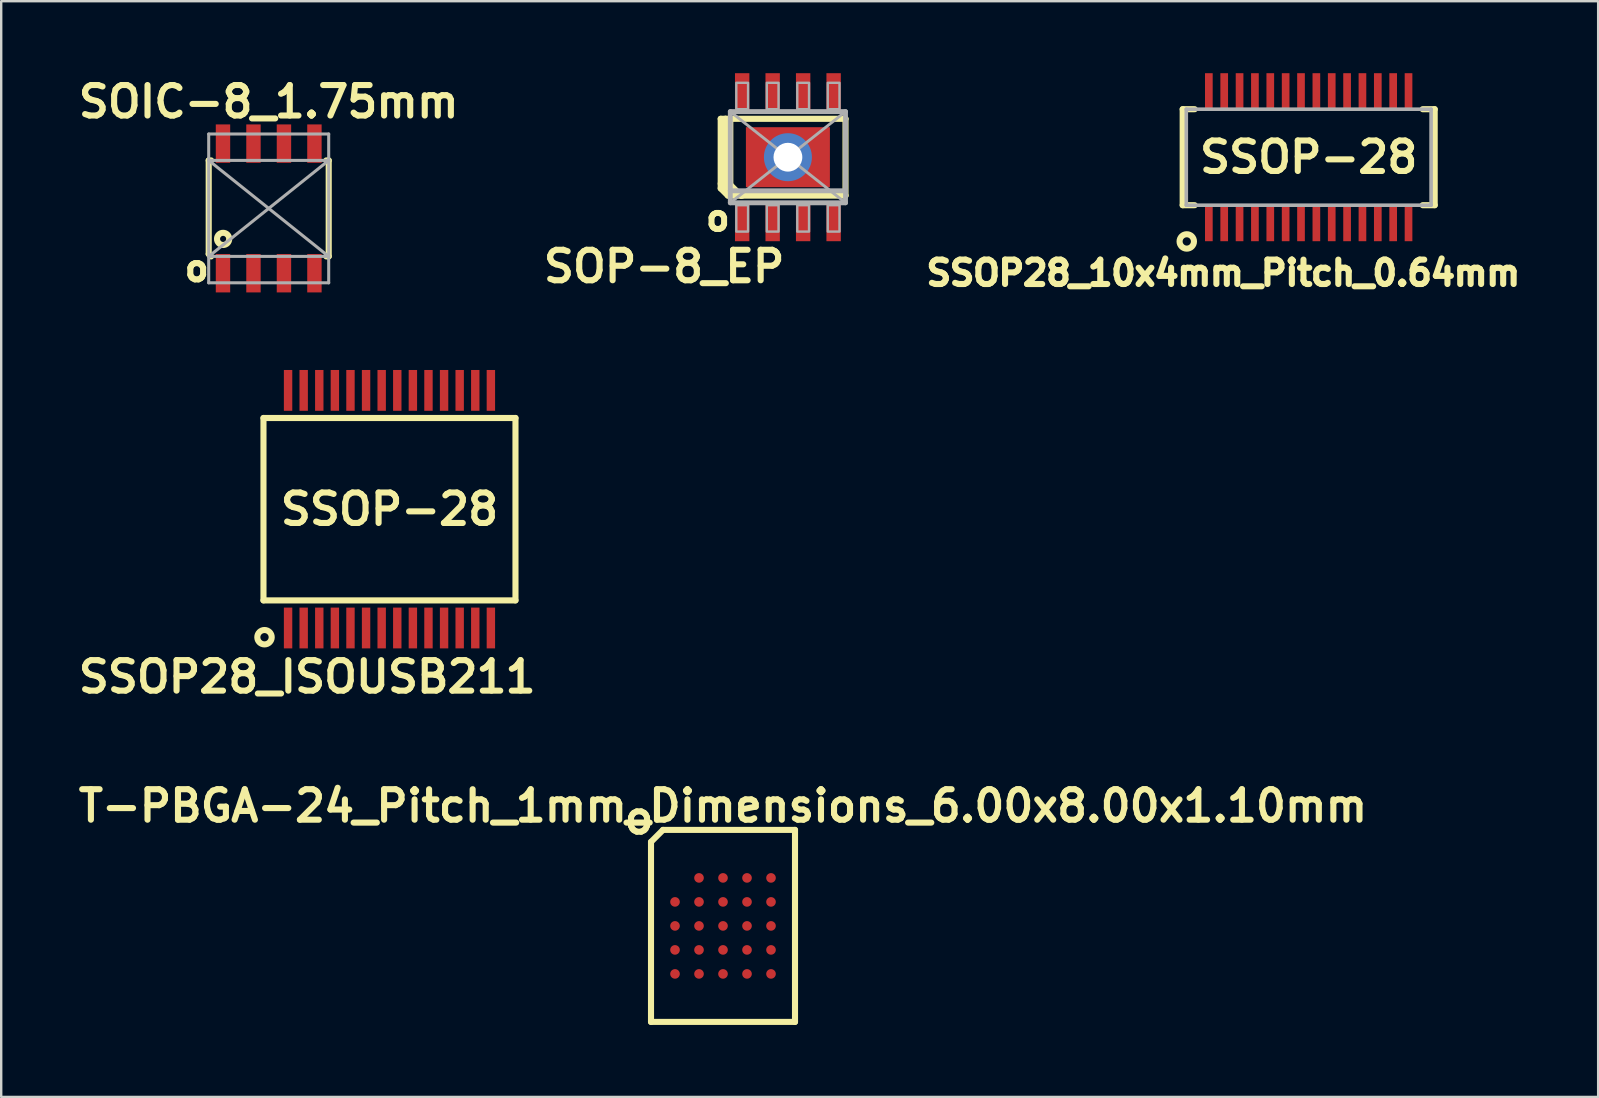
<source format=kicad_pcb>
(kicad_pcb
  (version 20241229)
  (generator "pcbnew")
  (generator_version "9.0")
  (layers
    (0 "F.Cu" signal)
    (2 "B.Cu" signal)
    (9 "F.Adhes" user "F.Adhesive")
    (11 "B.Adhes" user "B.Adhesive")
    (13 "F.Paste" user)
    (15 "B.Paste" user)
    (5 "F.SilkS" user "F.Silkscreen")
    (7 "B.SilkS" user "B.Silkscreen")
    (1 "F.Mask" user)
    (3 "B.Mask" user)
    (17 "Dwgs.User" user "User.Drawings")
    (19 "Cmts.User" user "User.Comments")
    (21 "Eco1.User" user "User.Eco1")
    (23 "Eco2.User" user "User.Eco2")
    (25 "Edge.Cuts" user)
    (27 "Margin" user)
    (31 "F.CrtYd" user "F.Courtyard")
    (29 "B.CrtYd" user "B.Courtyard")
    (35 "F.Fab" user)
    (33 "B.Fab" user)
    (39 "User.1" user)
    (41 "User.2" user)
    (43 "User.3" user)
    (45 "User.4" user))
  (footprint "SSOP28_10x4mm_Pitch_0.64mm"
    (layer "F.Cu")
    (at 51.478 3.5)
    (property "Reference" "SSOP28_10x4mm_Pitch_0.64mm" (at -3.556 4.826 0) (layer "F.SilkS") (effects (font (size 1.016 1.016) (thickness 0.254))))
    (attr smd)
    (fp_line (start -5.25 2) (end -5.25 -2) (stroke (width 0.254) (type solid)) (layer "F.SilkS"))
    (fp_line (start -4.75 -2) (end -5.25 -2) (stroke (width 0.254) (type solid)) (layer "F.SilkS"))
    (fp_line (start -4.75 2) (end -5.25 2) (stroke (width 0.254) (type solid)) (layer "F.SilkS"))
    (fp_line (start 4.75 -2) (end 5.25 -2) (stroke (width 0.254) (type solid)) (layer "F.SilkS"))
    (fp_line (start 4.75 2) (end 5.25 2) (stroke (width 0.254) (type solid)) (layer "F.SilkS"))
    (fp_line (start 5.25 -2) (end 5.25 2) (stroke (width 0.254) (type solid)) (layer "F.SilkS"))
    (fp_circle (center -5.08 3.51) (end -5.08 3.21) (stroke (width 0.254) (type solid)) (fill no) (layer "F.SilkS"))
    (fp_line (start -5.1 -2) (end -5.1 2) (stroke (width 0.15) (type solid)) (layer "F.Fab"))
    (fp_line (start -5.1 2) (end 5.1 2) (stroke (width 0.15) (type solid)) (layer "F.Fab"))
    (fp_line (start 5.1 -2) (end -5.1 -2) (stroke (width 0.15) (type solid)) (layer "F.Fab"))
    (fp_line (start 5.1 2) (end 5.1 -2) (stroke (width 0.15) (type solid)) (layer "F.Fab"))
    (fp_text user "SSOP-28" (at 0 0 0) (layer "F.SilkS") (effects (font (size 1.27 1.27) (thickness 0.254))))
    (pad "1" smd rect (at -4.16 2.75 90) (size 1.5 0.32) (layers "F.Cu" "F.Mask" "F.Paste"))
    (pad "2" smd rect (at -3.52 2.75 90) (size 1.5 0.32) (layers "F.Cu" "F.Mask" "F.Paste"))
    (pad "3" smd rect (at -2.88 2.75 90) (size 1.5 0.32) (layers "F.Cu" "F.Mask" "F.Paste"))
    (pad "4" smd rect (at -2.24 2.75 90) (size 1.5 0.32) (layers "F.Cu" "F.Mask" "F.Paste"))
    (pad "5" smd rect (at -1.6 2.75 90) (size 1.5 0.32) (layers "F.Cu" "F.Mask" "F.Paste"))
    (pad "6" smd rect (at -0.96 2.75 90) (size 1.5 0.32) (layers "F.Cu" "F.Mask" "F.Paste"))
    (pad "7" smd rect (at -0.32 2.75 90) (size 1.5 0.32) (layers "F.Cu" "F.Mask" "F.Paste"))
    (pad "8" smd rect (at 0.32 2.75 90) (size 1.5 0.32) (layers "F.Cu" "F.Mask" "F.Paste"))
    (pad "9" smd rect (at 0.96 2.75 90) (size 1.5 0.32) (layers "F.Cu" "F.Mask" "F.Paste"))
    (pad "10" smd rect (at 1.6 2.75 90) (size 1.5 0.32) (layers "F.Cu" "F.Mask" "F.Paste"))
    (pad "11" smd rect (at 2.24 2.75 90) (size 1.5 0.32) (layers "F.Cu" "F.Mask" "F.Paste"))
    (pad "12" smd rect (at 2.88 2.75 90) (size 1.5 0.32) (layers "F.Cu" "F.Mask" "F.Paste"))
    (pad "13" smd rect (at 3.52 2.75 90) (size 1.5 0.32) (layers "F.Cu" "F.Mask" "F.Paste"))
    (pad "14" smd rect (at 4.16 2.75 90) (size 1.5 0.32) (layers "F.Cu" "F.Mask" "F.Paste"))
    (pad "15" smd rect (at 4.16 -2.75 90) (size 1.5 0.32) (layers "F.Cu" "F.Mask" "F.Paste"))
    (pad "16" smd rect (at 3.52 -2.75 90) (size 1.5 0.32) (layers "F.Cu" "F.Mask" "F.Paste"))
    (pad "17" smd rect (at 2.88 -2.75 90) (size 1.5 0.32) (layers "F.Cu" "F.Mask" "F.Paste"))
    (pad "18" smd rect (at 2.24 -2.75 90) (size 1.5 0.32) (layers "F.Cu" "F.Mask" "F.Paste"))
    (pad "19" smd rect (at 1.6 -2.75 90) (size 1.5 0.32) (layers "F.Cu" "F.Mask" "F.Paste"))
    (pad "20" smd rect (at 0.96 -2.75 90) (size 1.5 0.32) (layers "F.Cu" "F.Mask" "F.Paste"))
    (pad "21" smd rect (at 0.32 -2.75 90) (size 1.5 0.32) (layers "F.Cu" "F.Mask" "F.Paste"))
    (pad "22" smd rect (at -0.32 -2.75 90) (size 1.5 0.32) (layers "F.Cu" "F.Mask" "F.Paste"))
    (pad "23" smd rect (at -0.96 -2.75 90) (size 1.5 0.32) (layers "F.Cu" "F.Mask" "F.Paste"))
    (pad "24" smd rect (at -1.6 -2.75 90) (size 1.5 0.32) (layers "F.Cu" "F.Mask" "F.Paste"))
    (pad "25" smd rect (at -2.24 -2.75 90) (size 1.5 0.32) (layers "F.Cu" "F.Mask" "F.Paste"))
    (pad "26" smd rect (at -2.88 -2.75 90) (size 1.5 0.32) (layers "F.Cu" "F.Mask" "F.Paste"))
    (pad "27" smd rect (at -3.52 -2.75 90) (size 1.5 0.32) (layers "F.Cu" "F.Mask" "F.Paste"))
    (pad "28" smd rect (at -4.16 -2.75 90) (size 1.5 0.32) (layers "F.Cu" "F.Mask" "F.Paste")))
  (footprint "SSOP28_ISOUSB211"
    (layer "F.Cu")
    (at 13.178 18.166)
    (property "Reference" "SSOP28_ISOUSB211" (at -3.429 6.985 0) (layer "F.SilkS") (effects (font (size 1.27 1.27) (thickness 0.254))))
    (attr smd)
    (fp_line (start -5.25 -3.8) (end 5.25 -3.8) (stroke (width 0.254) (type solid)) (layer "F.SilkS"))
    (fp_line (start -5.25 3.8) (end -5.25 -3.8) (stroke (width 0.254) (type solid)) (layer "F.SilkS"))
    (fp_line (start 5.25 -3.8) (end 5.25 3.8) (stroke (width 0.254) (type solid)) (layer "F.SilkS"))
    (fp_line (start 5.25 3.8) (end -5.25 3.8) (stroke (width 0.254) (type solid)) (layer "F.SilkS"))
    (fp_circle (center -5.207 5.334) (end -5.207 5.034) (stroke (width 0.254) (type solid)) (fill no) (layer "F.SilkS"))
    (fp_text user "SSOP-28" (at 0 0 0) (layer "F.SilkS") (effects (font (size 1.27 1.27) (thickness 0.254))))
    (pad "1" smd rect (at -4.225 4.95 90) (size 1.7 0.35) (layers "F.Cu" "F.Mask" "F.Paste"))
    (pad "2" smd rect (at -3.575 4.95 90) (size 1.7 0.35) (layers "F.Cu" "F.Mask" "F.Paste"))
    (pad "3" smd rect (at -2.925 4.95 90) (size 1.7 0.35) (layers "F.Cu" "F.Mask" "F.Paste"))
    (pad "4" smd rect (at -2.275 4.95 90) (size 1.7 0.35) (layers "F.Cu" "F.Mask" "F.Paste"))
    (pad "5" smd rect (at -1.625 4.95 90) (size 1.7 0.35) (layers "F.Cu" "F.Mask" "F.Paste"))
    (pad "6" smd rect (at -0.975 4.95 90) (size 1.7 0.35) (layers "F.Cu" "F.Mask" "F.Paste"))
    (pad "7" smd rect (at -0.325 4.95 90) (size 1.7 0.35) (layers "F.Cu" "F.Mask" "F.Paste"))
    (pad "8" smd rect (at 0.325 4.95 90) (size 1.7 0.35) (layers "F.Cu" "F.Mask" "F.Paste"))
    (pad "9" smd rect (at 0.975 4.95 90) (size 1.7 0.35) (layers "F.Cu" "F.Mask" "F.Paste"))
    (pad "10" smd rect (at 1.625 4.95 90) (size 1.7 0.35) (layers "F.Cu" "F.Mask" "F.Paste"))
    (pad "11" smd rect (at 2.275 4.95 90) (size 1.7 0.35) (layers "F.Cu" "F.Mask" "F.Paste"))
    (pad "12" smd rect (at 2.925 4.95 90) (size 1.7 0.35) (layers "F.Cu" "F.Mask" "F.Paste"))
    (pad "13" smd rect (at 3.575 4.95 90) (size 1.7 0.35) (layers "F.Cu" "F.Mask" "F.Paste"))
    (pad "14" smd rect (at 4.225 4.95 90) (size 1.7 0.35) (layers "F.Cu" "F.Mask" "F.Paste"))
    (pad "15" smd rect (at 4.225 -4.95 90) (size 1.7 0.35) (layers "F.Cu" "F.Mask" "F.Paste"))
    (pad "16" smd rect (at 3.575 -4.95 90) (size 1.7 0.35) (layers "F.Cu" "F.Mask" "F.Paste"))
    (pad "17" smd rect (at 2.925 -4.95 90) (size 1.7 0.35) (layers "F.Cu" "F.Mask" "F.Paste"))
    (pad "18" smd rect (at 2.275 -4.95 90) (size 1.7 0.35) (layers "F.Cu" "F.Mask" "F.Paste"))
    (pad "19" smd rect (at 1.625 -4.95 90) (size 1.7 0.35) (layers "F.Cu" "F.Mask" "F.Paste"))
    (pad "20" smd rect (at 0.975 -4.95 90) (size 1.7 0.35) (layers "F.Cu" "F.Mask" "F.Paste"))
    (pad "21" smd rect (at 0.325 -4.95 90) (size 1.7 0.35) (layers "F.Cu" "F.Mask" "F.Paste"))
    (pad "22" smd rect (at -0.325 -4.95 90) (size 1.7 0.35) (layers "F.Cu" "F.Mask" "F.Paste"))
    (pad "23" smd rect (at -0.975 -4.95 90) (size 1.7 0.35) (layers "F.Cu" "F.Mask" "F.Paste"))
    (pad "24" smd rect (at -1.625 -4.95 90) (size 1.7 0.35) (layers "F.Cu" "F.Mask" "F.Paste"))
    (pad "25" smd rect (at -2.275 -4.95 90) (size 1.7 0.35) (layers "F.Cu" "F.Mask" "F.Paste"))
    (pad "26" smd rect (at -2.925 -4.95 90) (size 1.7 0.35) (layers "F.Cu" "F.Mask" "F.Paste"))
    (pad "27" smd rect (at -3.575 -4.95 90) (size 1.7 0.35) (layers "F.Cu" "F.Mask" "F.Paste"))
    (pad "28" smd rect (at -4.225 -4.95 90) (size 1.7 0.35) (layers "F.Cu" "F.Mask" "F.Paste")))
  (footprint "SOP-8_EP"
    (layer "F.Cu")
    (at 29.779 3.5)
    (property "Reference" "SOP-8_EP" (at 0 3.81 0) (layer "F.SilkS") (effects (font (size 1.27 1.27) (thickness 0.254)) (justify right top)))
    (attr smd)
    (fp_line (start -2.8 -1.6) (end -2.8 1.1) (stroke (width 0.254) (type solid)) (layer "F.SilkS"))
    (fp_line (start -2.8 1.1) (end -2.8 1.3) (stroke (width 0.254) (type solid)) (layer "F.SilkS"))
    (fp_line (start -2.8 1.3) (end -2.5 1.6) (stroke (width 0.254) (type solid)) (layer "F.SilkS"))
    (fp_line (start -2.6 -1.6) (end -2.8 -1.6) (stroke (width 0.254) (type solid)) (layer "F.SilkS"))
    (fp_line (start -2.6 -1.6) (end -2.6 1.2) (stroke (width 0.254) (type solid)) (layer "F.SilkS"))
    (fp_line (start -2.6 1.2) (end -2.2 1.6) (stroke (width 0.254) (type solid)) (layer "F.SilkS"))
    (fp_line (start -2.5 1.6) (end -2.2 1.6) (stroke (width 0.254) (type solid)) (layer "F.SilkS"))
    (fp_line (start -2.4 -1.6) (end -2.6 -1.6) (stroke (width 0.254) (type solid)) (layer "F.SilkS"))
    (fp_line (start -2.4 -1.6) (end 2.4 -1.6) (stroke (width 0.254) (type solid)) (layer "F.SilkS"))
    (fp_line (start -2.4 1.15) (end -2.4 -1.6) (stroke (width 0.254) (type solid)) (layer "F.SilkS"))
    (fp_line (start -2.2 1.6) (end -1.9 1.6) (stroke (width 0.254) (type solid)) (layer "F.SilkS"))
    (fp_line (start -1.95 1.6) (end -2.4 1.15) (stroke (width 0.254) (type solid)) (layer "F.SilkS"))
    (fp_line (start 2.4 -1.6) (end 2.4 1.6) (stroke (width 0.254) (type solid)) (layer "F.SilkS"))
    (fp_line (start 2.4 1.6) (end -1.95 1.6) (stroke (width 0.254) (type solid)) (layer "F.SilkS"))
    (fp_line (start -2.4 -1.9) (end 2.4 -1.9) (stroke (width 0.203) (type solid)) (layer "F.Fab"))
    (fp_line (start -2.4 -1.9) (end 2.4 1.9) (stroke (width 0.12) (type solid)) (layer "F.Fab"))
    (fp_line (start -2.4 1.4) (end -2.4 -1.9) (stroke (width 0.203) (type solid)) (layer "F.Fab"))
    (fp_line (start -2.4 1.9) (end -2.4 1.4) (stroke (width 0.203) (type solid)) (layer "F.Fab"))
    (fp_line (start 2.4 -1.9) (end -2.4 1.9) (stroke (width 0.12) (type solid)) (layer "F.Fab"))
    (fp_line (start 2.4 -1.9) (end 2.4 1.4) (stroke (width 0.203) (type solid)) (layer "F.Fab"))
    (fp_line (start 2.4 1.4) (end -2.4 1.4) (stroke (width 0.203) (type solid)) (layer "F.Fab"))
    (fp_line (start 2.4 1.4) (end 2.4 1.9) (stroke (width 0.203) (type solid)) (layer "F.Fab"))
    (fp_line (start 2.4 1.9) (end -2.4 1.9) (stroke (width 0.203) (type solid)) (layer "F.Fab"))
    (fp_poly (pts (xy -2.15 -2) (xy -1.66 -2) (xy -1.66 -3.1) (xy -2.15 -3.1)) (stroke (width 0.1) (type solid)) (fill no) (layer "F.Fab"))
    (fp_poly (pts (xy -2.15 3.1) (xy -1.66 3.1) (xy -1.66 2) (xy -2.15 2)) (stroke (width 0.1) (type solid)) (fill no) (layer "F.Fab"))
    (fp_poly (pts (xy -0.88 -2) (xy -0.39 -2) (xy -0.39 -3.1) (xy -0.88 -3.1)) (stroke (width 0.1) (type solid)) (fill no) (layer "F.Fab"))
    (fp_poly (pts (xy -0.88 3.1) (xy -0.39 3.1) (xy -0.39 2) (xy -0.88 2)) (stroke (width 0.1) (type solid)) (fill no) (layer "F.Fab"))
    (fp_poly (pts (xy 0.39 -2) (xy 0.88 -2) (xy 0.88 -3.1) (xy 0.39 -3.1)) (stroke (width 0.1) (type solid)) (fill no) (layer "F.Fab"))
    (fp_poly (pts (xy 0.39 3.1) (xy 0.88 3.1) (xy 0.88 2) (xy 0.39 2)) (stroke (width 0.1) (type solid)) (fill no) (layer "F.Fab"))
    (fp_poly (pts (xy 1.66 -2) (xy 2.15 -2) (xy 2.15 -3.1) (xy 1.66 -3.1)) (stroke (width 0.1) (type solid)) (fill no) (layer "F.Fab"))
    (fp_poly (pts (xy 1.66 3.1) (xy 2.15 3.1) (xy 2.15 2) (xy 1.66 2)) (stroke (width 0.1) (type solid)) (fill no) (layer "F.Fab"))
    (fp_text user "o" (at -2.921 2.54 0) (layer "F.SilkS") (effects (font (size 1 1) (thickness 0.25))))
    (pad "1" smd rect (at -1.905 2.7) (size 0.6 1.6) (layers "F.Cu" "F.Mask" "F.Paste"))
    (pad "2" smd rect (at -0.635 2.7) (size 0.6 1.6) (layers "F.Cu" "F.Mask" "F.Paste"))
    (pad "3" smd rect (at 0.635 2.7) (size 0.6 1.6) (layers "F.Cu" "F.Mask" "F.Paste"))
    (pad "4" smd rect (at 1.905 2.7) (size 0.6 1.6) (layers "F.Cu" "F.Mask" "F.Paste"))
    (pad "5" smd rect (at 1.905 -2.7) (size 0.6 1.6) (layers "F.Cu" "F.Mask" "F.Paste"))
    (pad "6" smd rect (at 0.635 -2.7) (size 0.6 1.6) (layers "F.Cu" "F.Mask" "F.Paste"))
    (pad "7" smd rect (at -0.635 -2.7) (size 0.6 1.6) (layers "F.Cu" "F.Mask" "F.Paste"))
    (pad "8" smd rect (at -1.905 -2.7) (size 0.6 1.6) (layers "F.Cu" "F.Mask" "F.Paste"))
    (pad "9" thru_hole circle (at 0 0) (size 2 2) (drill 1.2) (layers "*.Cu" "*.Mask"))
    (pad "9" smd rect (at 0 0) (size 3.5 2.5) (layers "F.Cu" "F.Mask" "F.Paste")))
  (footprint "SOIC-8_1.75mm"
    (layer "F.Cu")
    (at 8.146 5.634)
    (property "Reference" "SOIC-8_1.75mm" (at 0 -4.445 0) (layer "F.SilkS") (effects (font (size 1.27 1.27) (thickness 0.254))))
    (attr smd)
    (fp_line (start -2.5 -2) (end -2.5 1.9) (stroke (width 0.254) (type solid)) (layer "F.SilkS"))
    (fp_line (start -2.5 -2) (end -2.4 -2) (stroke (width 0.254) (type solid)) (layer "F.SilkS"))
    (fp_line (start -2.5 1.9) (end -2.4 2) (stroke (width 0.254) (type solid)) (layer "F.SilkS"))
    (fp_line (start 2.4 -2) (end 2.5 -2) (stroke (width 0.254) (type solid)) (layer "F.SilkS"))
    (fp_line (start 2.4 2) (end 2.5 2) (stroke (width 0.254) (type solid)) (layer "F.SilkS"))
    (fp_line (start 2.5 -2) (end 2.5 2) (stroke (width 0.254) (type solid)) (layer "F.SilkS"))
    (fp_circle (center -1.9 1.27) (end -1.9 1.016) (stroke (width 0.254) (type solid)) (fill no) (layer "F.SilkS"))
    (fp_line (start -2.5 -3.1) (end -2.5 3.1) (stroke (width 0.127) (type solid)) (layer "F.Fab"))
    (fp_line (start -2.5 -3.1) (end 2.5 -3.1) (stroke (width 0.127) (type solid)) (layer "F.Fab"))
    (fp_line (start -2.5 -2) (end 2.5 -2) (stroke (width 0.127) (type solid)) (layer "F.Fab"))
    (fp_line (start -2.5 -2) (end 2.5 2) (stroke (width 0.127) (type solid)) (layer "F.Fab"))
    (fp_line (start -2.5 2) (end 2.5 -2) (stroke (width 0.127) (type solid)) (layer "F.Fab"))
    (fp_line (start -2.5 2) (end 2.5 2) (stroke (width 0.127) (type solid)) (layer "F.Fab"))
    (fp_line (start -2.5 3.1) (end 2.5 3.1) (stroke (width 0.127) (type solid)) (layer "F.Fab"))
    (fp_line (start 2.5 -3.1) (end 2.5 3.1) (stroke (width 0.127) (type solid)) (layer "F.Fab"))
    (fp_text user "o" (at -3 2.5 180) (layer "F.SilkS") (effects (font (size 1.016 1.016) (thickness 0.254))))
    (pad "1" smd rect (at -1.905 2.7 90) (size 1.6 0.6) (layers "F.Cu" "F.Mask" "F.Paste"))
    (pad "2" smd rect (at -0.635 2.7 90) (size 1.6 0.6) (layers "F.Cu" "F.Mask" "F.Paste"))
    (pad "3" smd rect (at 0.635 2.7 90) (size 1.6 0.6) (layers "F.Cu" "F.Mask" "F.Paste"))
    (pad "4" smd rect (at 1.905 2.7 90) (size 1.6 0.6) (layers "F.Cu" "F.Mask" "F.Paste"))
    (pad "5" smd rect (at 1.905 -2.7 90) (size 1.6 0.6) (layers "F.Cu" "F.Mask" "F.Paste"))
    (pad "6" smd rect (at 0.635 -2.7 90) (size 1.6 0.6) (layers "F.Cu" "F.Mask" "F.Paste"))
    (pad "7" smd rect (at -0.635 -2.7 90) (size 1.6 0.6) (layers "F.Cu" "F.Mask" "F.Paste"))
    (pad "8" smd rect (at -1.905 -2.7 90) (size 1.6 0.6) (layers "F.Cu" "F.Mask" "F.Paste")))
  (footprint "T-PBGA-24_Pitch_1mm_Dimensions_6.00x8.00x1.10mm"
    (layer "F.Cu")
    (at 27.075 35.529)
    (property "Reference" "T-PBGA-24_Pitch_1mm_Dimensions_6.00x8.00x1.10mm" (at 0 -5 0) (layer "F.SilkS") (effects (font (size 1.27 1.27) (thickness 0.254))))
    (attr smd)
    (fp_line (start -3 -3.5) (end -3 4) (stroke (width 0.254) (type solid)) (layer "F.SilkS"))
    (fp_line (start -3 4) (end 3 4) (stroke (width 0.254) (type solid)) (layer "F.SilkS"))
    (fp_line (start -2.5 -4) (end -3 -3.5) (stroke (width 0.254) (type solid)) (layer "F.SilkS"))
    (fp_line (start 3 -4) (end -2.5 -4) (stroke (width 0.254) (type solid)) (layer "F.SilkS"))
    (fp_line (start 3 4) (end 3 -4) (stroke (width 0.254) (type solid)) (layer "F.SilkS"))
    (fp_text user "o" (at -3.5 -4.5 0) (layer "F.SilkS") (effects (font (size 1.27 1.27) (thickness 0.254))))
    (pad "" smd rect (at -2 -1) (size 0.42 0.42) (layers "F.Paste"))
    (pad "" smd rect (at -2 0) (size 0.42 0.42) (layers "F.Paste"))
    (pad "" smd rect (at -2 1) (size 0.42 0.42) (layers "F.Paste"))
    (pad "" smd rect (at -2 2) (size 0.42 0.42) (layers "F.Paste"))
    (pad "" smd rect (at -1 -2) (size 0.42 0.42) (layers "F.Paste"))
    (pad "" smd rect (at -1 -1) (size 0.42 0.42) (layers "F.Paste"))
    (pad "" smd rect (at -1 0) (size 0.42 0.42) (layers "F.Paste"))
    (pad "" smd rect (at -1 1) (size 0.42 0.42) (layers "F.Paste"))
    (pad "" smd rect (at -1 2) (size 0.42 0.42) (layers "F.Paste"))
    (pad "" smd rect (at 0 -2) (size 0.42 0.42) (layers "F.Paste"))
    (pad "" smd rect (at 0 -1) (size 0.42 0.42) (layers "F.Paste"))
    (pad "" smd rect (at 0 0) (size 0.42 0.42) (layers "F.Paste"))
    (pad "" smd rect (at 0 1) (size 0.42 0.42) (layers "F.Paste"))
    (pad "" smd rect (at 0 2) (size 0.42 0.42) (layers "F.Paste"))
    (pad "" smd rect (at 1 -2) (size 0.42 0.42) (layers "F.Paste"))
    (pad "" smd rect (at 1 -1) (size 0.42 0.42) (layers "F.Paste"))
    (pad "" smd rect (at 1 0) (size 0.42 0.42) (layers "F.Paste"))
    (pad "" smd rect (at 1 1) (size 0.42 0.42) (layers "F.Paste"))
    (pad "" smd rect (at 1 2) (size 0.42 0.42) (layers "F.Paste"))
    (pad "" smd rect (at 2 -2) (size 0.42 0.42) (layers "F.Paste"))
    (pad "" smd rect (at 2 -1) (size 0.42 0.42) (layers "F.Paste"))
    (pad "" smd rect (at 2 0) (size 0.42 0.42) (layers "F.Paste"))
    (pad "" smd rect (at 2 1) (size 0.42 0.42) (layers "F.Paste"))
    (pad "" smd rect (at 2 2) (size 0.42 0.42) (layers "F.Paste"))
    (pad "A2" smd circle (at -1 -2) (size 0.4 0.4) (layers "F.Cu" "F.Mask"))
    (pad "A3" smd circle (at 0 -2) (size 0.4 0.4) (layers "F.Cu" "F.Mask"))
    (pad "A4" smd circle (at 1 -2) (size 0.4 0.4) (layers "F.Cu" "F.Mask"))
    (pad "A5" smd circle (at 2 -2) (size 0.4 0.4) (layers "F.Cu" "F.Mask"))
    (pad "B1" smd circle (at -2 -1) (size 0.4 0.4) (layers "F.Cu" "F.Mask"))
    (pad "B2" smd circle (at -1 -1) (size 0.4 0.4) (layers "F.Cu" "F.Mask"))
    (pad "B3" smd circle (at 0 -1) (size 0.4 0.4) (layers "F.Cu" "F.Mask"))
    (pad "B4" smd circle (at 1 -1) (size 0.4 0.4) (layers "F.Cu" "F.Mask"))
    (pad "B5" smd circle (at 2 -1) (size 0.4 0.4) (layers "F.Cu" "F.Mask"))
    (pad "C1" smd circle (at -2 0) (size 0.4 0.4) (layers "F.Cu" "F.Mask"))
    (pad "C2" smd circle (at -1 0) (size 0.4 0.4) (layers "F.Cu" "F.Mask"))
    (pad "C3" smd circle (at 0 0) (size 0.4 0.4) (layers "F.Cu" "F.Mask"))
    (pad "C4" smd circle (at 1 0) (size 0.4 0.4) (layers "F.Cu" "F.Mask"))
    (pad "C5" smd circle (at 2 0) (size 0.4 0.4) (layers "F.Cu" "F.Mask"))
    (pad "D1" smd circle (at -2 1) (size 0.4 0.4) (layers "F.Cu" "F.Mask"))
    (pad "D2" smd circle (at -1 1) (size 0.4 0.4) (layers "F.Cu" "F.Mask"))
    (pad "D3" smd circle (at 0 1) (size 0.4 0.4) (layers "F.Cu" "F.Mask"))
    (pad "D4" smd circle (at 1 1) (size 0.4 0.4) (layers "F.Cu" "F.Mask"))
    (pad "D5" smd circle (at 2 1) (size 0.4 0.4) (layers "F.Cu" "F.Mask"))
    (pad "E1" smd circle (at -2 2) (size 0.4 0.4) (layers "F.Cu" "F.Mask"))
    (pad "E2" smd circle (at -1 2) (size 0.4 0.4) (layers "F.Cu" "F.Mask"))
    (pad "E3" smd circle (at 0 2) (size 0.4 0.4) (layers "F.Cu" "F.Mask"))
    (pad "E4" smd circle (at 1 2) (size 0.4 0.4) (layers "F.Cu" "F.Mask"))
    (pad "E5" smd circle (at 2 2) (size 0.4 0.4) (layers "F.Cu" "F.Mask")))
  (gr_rect
    (start -3 -3)
    (end 63.539 42.656)
    (stroke (width 0.1) (type default))
    (fill no)
    (layer "Edge.Cuts")))
</source>
